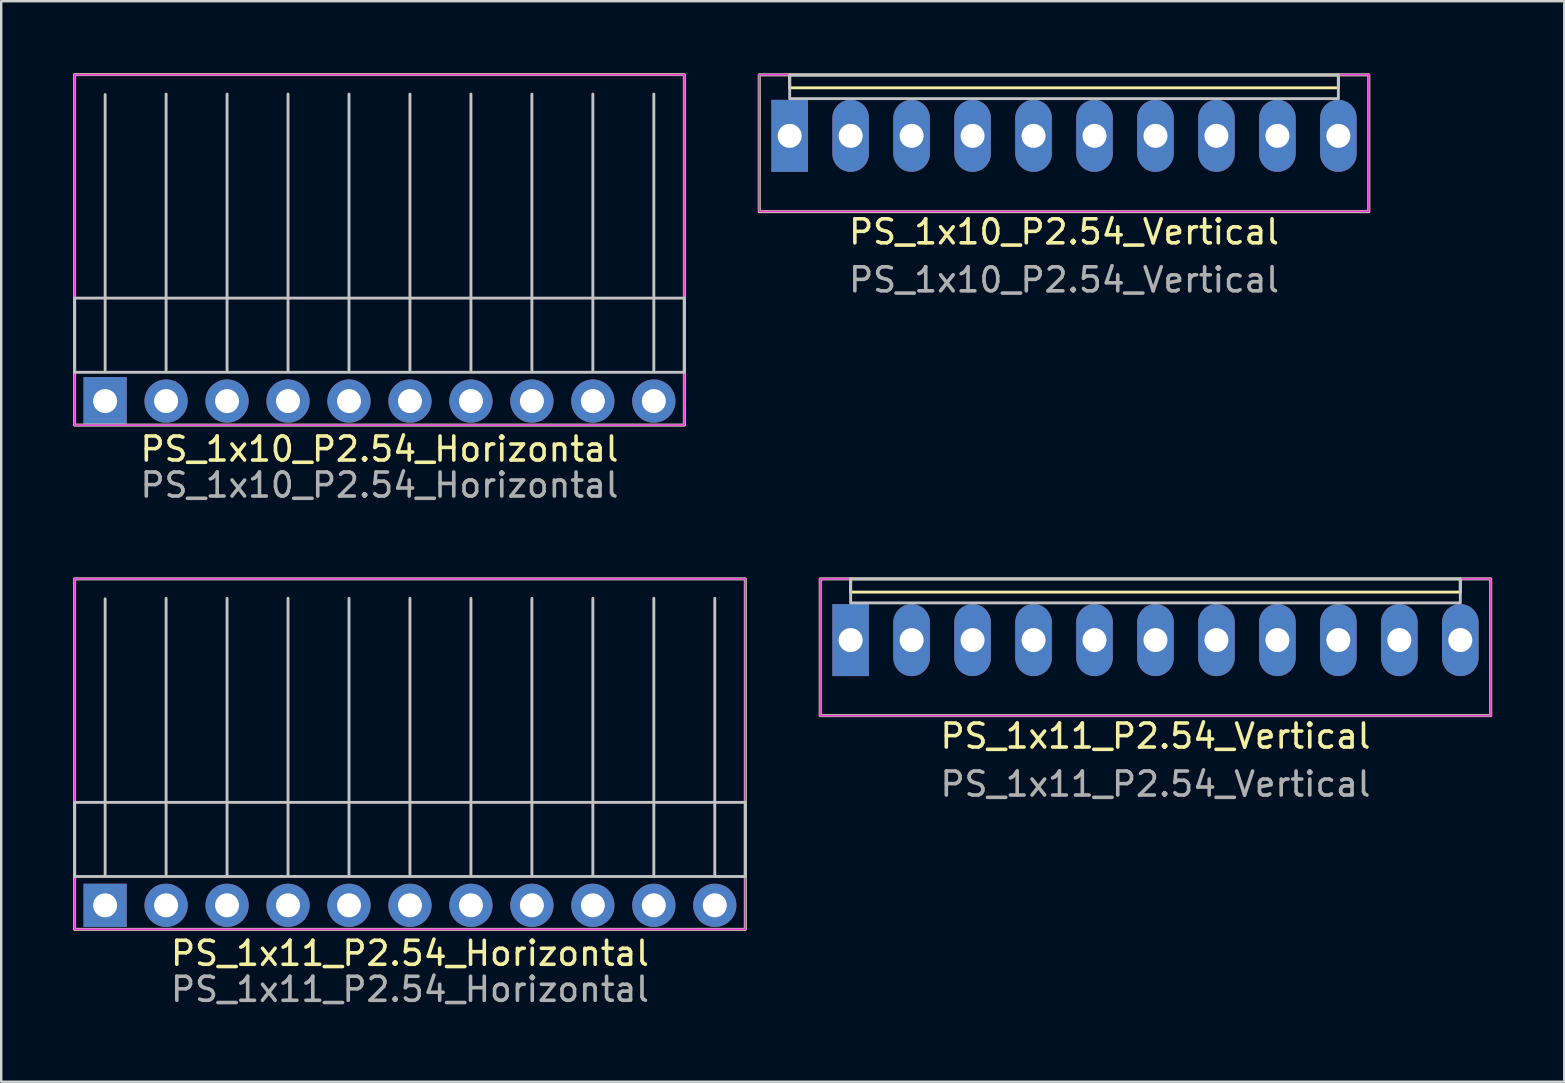
<source format=kicad_pcb>
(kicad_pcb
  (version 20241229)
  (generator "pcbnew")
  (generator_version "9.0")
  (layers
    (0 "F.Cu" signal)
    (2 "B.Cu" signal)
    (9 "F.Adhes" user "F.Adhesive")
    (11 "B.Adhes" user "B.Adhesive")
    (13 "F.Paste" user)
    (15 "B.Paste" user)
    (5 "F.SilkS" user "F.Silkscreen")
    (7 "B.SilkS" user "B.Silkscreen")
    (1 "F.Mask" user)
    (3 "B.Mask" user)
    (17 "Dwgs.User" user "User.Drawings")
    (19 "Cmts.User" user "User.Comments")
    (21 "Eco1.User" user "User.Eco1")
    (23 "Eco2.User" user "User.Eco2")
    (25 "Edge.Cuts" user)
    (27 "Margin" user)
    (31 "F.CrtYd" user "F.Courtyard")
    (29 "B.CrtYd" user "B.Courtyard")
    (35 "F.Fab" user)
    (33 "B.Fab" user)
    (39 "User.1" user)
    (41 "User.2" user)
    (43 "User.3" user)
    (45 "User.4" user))
  (footprint "PS_1x11_P2.54_Horizontal"
    (layer "F.Cu")
    (at 1.33 34.668)
    (property "Reference" "PS_1x11_P2.54_Horizontal" (at 12.7 2 0) (layer "F.SilkS") (effects (font (size 1 1) (thickness 0.15))))
    (attr through_hole)
    (fp_rect (start -1.27 -13.6) (end 26.67 1) (stroke (width 0.12) (type default)) (fill no) (layer "F.SilkS"))
    (fp_line (start 0 -1.27) (end 0 -12.77) (stroke (width 0.12) (type solid)) (layer "Dwgs.User"))
    (fp_line (start 2.54 -1.27) (end 2.54 -12.79) (stroke (width 0.12) (type solid)) (layer "Dwgs.User"))
    (fp_line (start 5.08 -1.27) (end 5.08 -12.79) (stroke (width 0.12) (type solid)) (layer "Dwgs.User"))
    (fp_line (start 7.62 -1.27) (end 7.62 -12.79) (stroke (width 0.12) (type solid)) (layer "Dwgs.User"))
    (fp_line (start 10.16 -1.27) (end 10.16 -12.79) (stroke (width 0.12) (type solid)) (layer "Dwgs.User"))
    (fp_line (start 12.7 -1.27) (end 12.7 -12.79) (stroke (width 0.12) (type solid)) (layer "Dwgs.User"))
    (fp_line (start 15.24 -1.27) (end 15.24 -12.79) (stroke (width 0.12) (type solid)) (layer "Dwgs.User"))
    (fp_line (start 17.78 -1.27) (end 17.78 -12.79) (stroke (width 0.12) (type solid)) (layer "Dwgs.User"))
    (fp_line (start 20.32 -1.27) (end 20.32 -12.79) (stroke (width 0.12) (type solid)) (layer "Dwgs.User"))
    (fp_line (start 22.86 -1.27) (end 22.86 -12.79) (stroke (width 0.12) (type solid)) (layer "Dwgs.User"))
    (fp_line (start 25.4 -1.27) (end 25.4 -12.79) (stroke (width 0.12) (type solid)) (layer "Dwgs.User"))
    (fp_rect (start -1.27 -4.29) (end 26.67 -1.2) (stroke (width 0.12) (type solid)) (fill no) (layer "Dwgs.User"))
    (fp_rect (start -1.27 -13.6) (end 26.67 1) (stroke (width 0.05) (type default)) (fill no) (layer "F.CrtYd"))
    (fp_rect (start -1.27 -13.6) (end 26.67 1) (stroke (width 0.1) (type default)) (fill no) (layer "F.Fab"))
    (fp_text user "${REFERENCE}" (at 12.7 3.5 0) (layer "F.Fab") (effects (font (size 1 1) (thickness 0.15))))
    (pad "1" thru_hole rect (at 0 0) (size 1.8 1.8) (drill 1) (layers "*.Cu" "*.Mask"))
    (pad "2" thru_hole circle (at 2.54 0) (size 1.8 1.8) (drill 1) (layers "*.Cu" "*.Mask"))
    (pad "3" thru_hole circle (at 5.08 0) (size 1.8 1.8) (drill 1) (layers "*.Cu" "*.Mask"))
    (pad "4" thru_hole circle (at 7.62 0) (size 1.8 1.8) (drill 1) (layers "*.Cu" "*.Mask"))
    (pad "5" thru_hole circle (at 10.16 0) (size 1.8 1.8) (drill 1) (layers "*.Cu" "*.Mask"))
    (pad "6" thru_hole circle (at 12.7 0) (size 1.8 1.8) (drill 1) (layers "*.Cu" "*.Mask"))
    (pad "7" thru_hole circle (at 15.24 0) (size 1.8 1.8) (drill 1) (layers "*.Cu" "*.Mask"))
    (pad "8" thru_hole circle (at 17.78 0) (size 1.8 1.8) (drill 1) (layers "*.Cu" "*.Mask"))
    (pad "9" thru_hole circle (at 20.32 0) (size 1.8 1.8) (drill 1) (layers "*.Cu" "*.Mask"))
    (pad "10" thru_hole circle (at 22.86 0) (size 1.8 1.8) (drill 1) (layers "*.Cu" "*.Mask"))
    (pad "11" thru_hole circle (at 25.4 0) (size 1.8 1.8) (drill 1) (layers "*.Cu" "*.Mask")))
  (footprint "PS_1x10_P2.54_Horizontal"
    (layer "F.Cu")
    (at 1.33 13.66)
    (property "Reference" "PS_1x10_P2.54_Horizontal" (at 11.43 2 0) (layer "F.SilkS") (effects (font (size 1 1) (thickness 0.15))))
    (attr through_hole)
    (fp_rect (start -1.27 -13.6) (end 24.13 1) (stroke (width 0.12) (type default)) (fill no) (layer "F.SilkS"))
    (fp_line (start 0 -1.27) (end 0 -12.77) (stroke (width 0.12) (type solid)) (layer "Dwgs.User"))
    (fp_line (start 2.54 -1.27) (end 2.54 -12.79) (stroke (width 0.12) (type solid)) (layer "Dwgs.User"))
    (fp_line (start 5.08 -1.27) (end 5.08 -12.79) (stroke (width 0.12) (type solid)) (layer "Dwgs.User"))
    (fp_line (start 7.62 -1.27) (end 7.62 -12.79) (stroke (width 0.12) (type solid)) (layer "Dwgs.User"))
    (fp_line (start 10.16 -1.27) (end 10.16 -12.79) (stroke (width 0.12) (type solid)) (layer "Dwgs.User"))
    (fp_line (start 12.7 -1.27) (end 12.7 -12.79) (stroke (width 0.12) (type solid)) (layer "Dwgs.User"))
    (fp_line (start 15.24 -1.27) (end 15.24 -12.79) (stroke (width 0.12) (type solid)) (layer "Dwgs.User"))
    (fp_line (start 17.78 -1.27) (end 17.78 -12.79) (stroke (width 0.12) (type solid)) (layer "Dwgs.User"))
    (fp_line (start 20.32 -1.27) (end 20.32 -12.79) (stroke (width 0.12) (type solid)) (layer "Dwgs.User"))
    (fp_line (start 22.86 -1.27) (end 22.86 -12.79) (stroke (width 0.12) (type solid)) (layer "Dwgs.User"))
    (fp_rect (start -1.27 -4.29) (end 24.13 -1.2) (stroke (width 0.12) (type solid)) (fill no) (layer "Dwgs.User"))
    (fp_rect (start -1.27 -13.6) (end 24.13 1) (stroke (width 0.05) (type default)) (fill no) (layer "F.CrtYd"))
    (fp_rect (start -1.27 -13.6) (end 24.13 1) (stroke (width 0.1) (type default)) (fill no) (layer "F.Fab"))
    (fp_text user "${REFERENCE}" (at 11.43 3.5 0) (layer "F.Fab") (effects (font (size 1 1) (thickness 0.15))))
    (pad "1" thru_hole rect (at 0 0) (size 1.8 2) (drill 1) (layers "*.Cu" "*.Mask"))
    (pad "2" thru_hole circle (at 2.54 0) (size 1.8 1.8) (drill 1) (layers "*.Cu" "*.Mask"))
    (pad "3" thru_hole circle (at 5.08 0) (size 1.8 1.8) (drill 1) (layers "*.Cu" "*.Mask"))
    (pad "4" thru_hole circle (at 7.62 0) (size 1.8 1.8) (drill 1) (layers "*.Cu" "*.Mask"))
    (pad "5" thru_hole circle (at 10.16 0) (size 1.8 1.8) (drill 1) (layers "*.Cu" "*.Mask"))
    (pad "6" thru_hole circle (at 12.7 0) (size 1.8 1.8) (drill 1) (layers "*.Cu" "*.Mask"))
    (pad "7" thru_hole circle (at 15.24 0) (size 1.8 1.8) (drill 1) (layers "*.Cu" "*.Mask"))
    (pad "8" thru_hole circle (at 17.78 0) (size 1.8 1.8) (drill 1) (layers "*.Cu" "*.Mask"))
    (pad "9" thru_hole circle (at 20.32 0) (size 1.8 1.8) (drill 1) (layers "*.Cu" "*.Mask"))
    (pad "10" thru_hole circle (at 22.86 0) (size 1.8 1.8) (drill 1) (layers "*.Cu" "*.Mask")))
  (footprint "PS_1x10_P2.54_Vertical"
    (layer "F.Cu")
    (at 29.85 2.61)
    (property "Reference" "PS_1x10_P2.54_Vertical" (at 11.43 4 0) (layer "F.SilkS") (effects (font (size 1 1) (thickness 0.15))))
    (attr through_hole)
    (fp_line (start 0 -2) (end 0 -2.55) (stroke (width 0.12) (type default)) (layer "F.SilkS"))
    (fp_line (start 0 -2) (end 22.86 -2) (stroke (width 0.12) (type default)) (layer "F.SilkS"))
    (fp_line (start 22.86 -2) (end 22.86 -2.55) (stroke (width 0.12) (type default)) (layer "F.SilkS"))
    (fp_rect (start -1.27 -2.54) (end 24.13 3.16) (stroke (width 0.12) (type default)) (fill no) (layer "F.SilkS"))
    (fp_rect (start 0 -2.53) (end 22.86 -1.55) (stroke (width 0.12) (type solid)) (fill no) (layer "Dwgs.User"))
    (fp_rect (start -1.27 -2.55) (end 24.13 3.15) (stroke (width 0.05) (type default)) (fill no) (layer "F.CrtYd"))
    (fp_rect (start -1.27 -2.55) (end 24.13 3.15) (stroke (width 0.1) (type default)) (fill no) (layer "F.Fab"))
    (fp_text user "${REFERENCE}" (at 11.43 6 0) (layer "F.Fab") (effects (font (size 1 1) (thickness 0.15))))
    (pad "1" thru_hole rect (at 0 0) (size 1.524 3) (drill 1) (layers "*.Cu" "*.Mask"))
    (pad "2" thru_hole oval (at 2.54 0) (size 1.524 3) (drill 1) (layers "*.Cu" "*.Mask"))
    (pad "3" thru_hole oval (at 5.08 0) (size 1.524 3) (drill 1) (layers "*.Cu" "*.Mask"))
    (pad "4" thru_hole oval (at 7.62 0) (size 1.524 3) (drill 1) (layers "*.Cu" "*.Mask"))
    (pad "5" thru_hole oval (at 10.16 0) (size 1.524 3) (drill 1) (layers "*.Cu" "*.Mask"))
    (pad "6" thru_hole oval (at 12.7 0) (size 1.524 3) (drill 1) (layers "*.Cu" "*.Mask"))
    (pad "7" thru_hole oval (at 15.24 0) (size 1.524 3) (drill 1) (layers "*.Cu" "*.Mask"))
    (pad "8" thru_hole oval (at 17.78 0) (size 1.524 3) (drill 1) (layers "*.Cu" "*.Mask"))
    (pad "9" thru_hole oval (at 20.32 0) (size 1.524 3) (drill 1) (layers "*.Cu" "*.Mask"))
    (pad "10" thru_hole oval (at 22.86 0) (size 1.524 3) (drill 1) (layers "*.Cu" "*.Mask")))
  (footprint "PS_1x11_P2.54_Vertical"
    (layer "F.Cu")
    (at 32.39 23.618)
    (property "Reference" "PS_1x11_P2.54_Vertical" (at 12.7 4 0) (layer "F.SilkS") (effects (font (size 1 1) (thickness 0.15))))
    (attr through_hole)
    (fp_line (start 0 -2) (end 0 -2.55) (stroke (width 0.12) (type default)) (layer "F.SilkS"))
    (fp_line (start 0 -2) (end 25.4 -2) (stroke (width 0.12) (type default)) (layer "F.SilkS"))
    (fp_line (start 25.4 -2) (end 25.4 -2.55) (stroke (width 0.12) (type default)) (layer "F.SilkS"))
    (fp_rect (start -1.27 -2.55) (end 26.67 3.15) (stroke (width 0.12) (type default)) (fill no) (layer "F.SilkS"))
    (fp_rect (start 0 -2.55) (end 25.4 -1.55) (stroke (width 0.12) (type solid)) (fill no) (layer "Dwgs.User"))
    (fp_rect (start -1.27 -2.55) (end 26.67 3.15) (stroke (width 0.05) (type default)) (fill no) (layer "F.CrtYd"))
    (fp_rect (start -1.27 -2.55) (end 26.67 3.15) (stroke (width 0.1) (type default)) (fill no) (layer "F.Fab"))
    (fp_text user "${REFERENCE}" (at 12.7 6 0) (layer "F.Fab") (effects (font (size 1 1) (thickness 0.15))))
    (pad "1" thru_hole rect (at 0 0) (size 1.524 3) (drill 1) (layers "*.Cu" "*.Mask"))
    (pad "2" thru_hole oval (at 2.54 0) (size 1.524 3) (drill 1) (layers "*.Cu" "*.Mask"))
    (pad "3" thru_hole oval (at 5.08 0) (size 1.524 3) (drill 1) (layers "*.Cu" "*.Mask"))
    (pad "4" thru_hole oval (at 7.62 0) (size 1.524 3) (drill 1) (layers "*.Cu" "*.Mask"))
    (pad "5" thru_hole oval (at 10.16 0) (size 1.524 3) (drill 1) (layers "*.Cu" "*.Mask"))
    (pad "6" thru_hole oval (at 12.7 0) (size 1.524 3) (drill 1) (layers "*.Cu" "*.Mask"))
    (pad "7" thru_hole oval (at 15.24 0) (size 1.524 3) (drill 1) (layers "*.Cu" "*.Mask"))
    (pad "8" thru_hole oval (at 17.78 0) (size 1.524 3) (drill 1) (layers "*.Cu" "*.Mask"))
    (pad "9" thru_hole oval (at 20.32 0) (size 1.524 3) (drill 1) (layers "*.Cu" "*.Mask"))
    (pad "10" thru_hole oval (at 22.86 0) (size 1.524 3) (drill 1) (layers "*.Cu" "*.Mask"))
    (pad "11" thru_hole oval (at 25.4 0) (size 1.524 3) (drill 1) (layers "*.Cu" "*.Mask")))
  (gr_rect
    (start -3 -3)
    (end 62.12 42.017)
    (stroke (width 0.1) (type default))
    (fill no)
    (layer "Edge.Cuts")))
</source>
